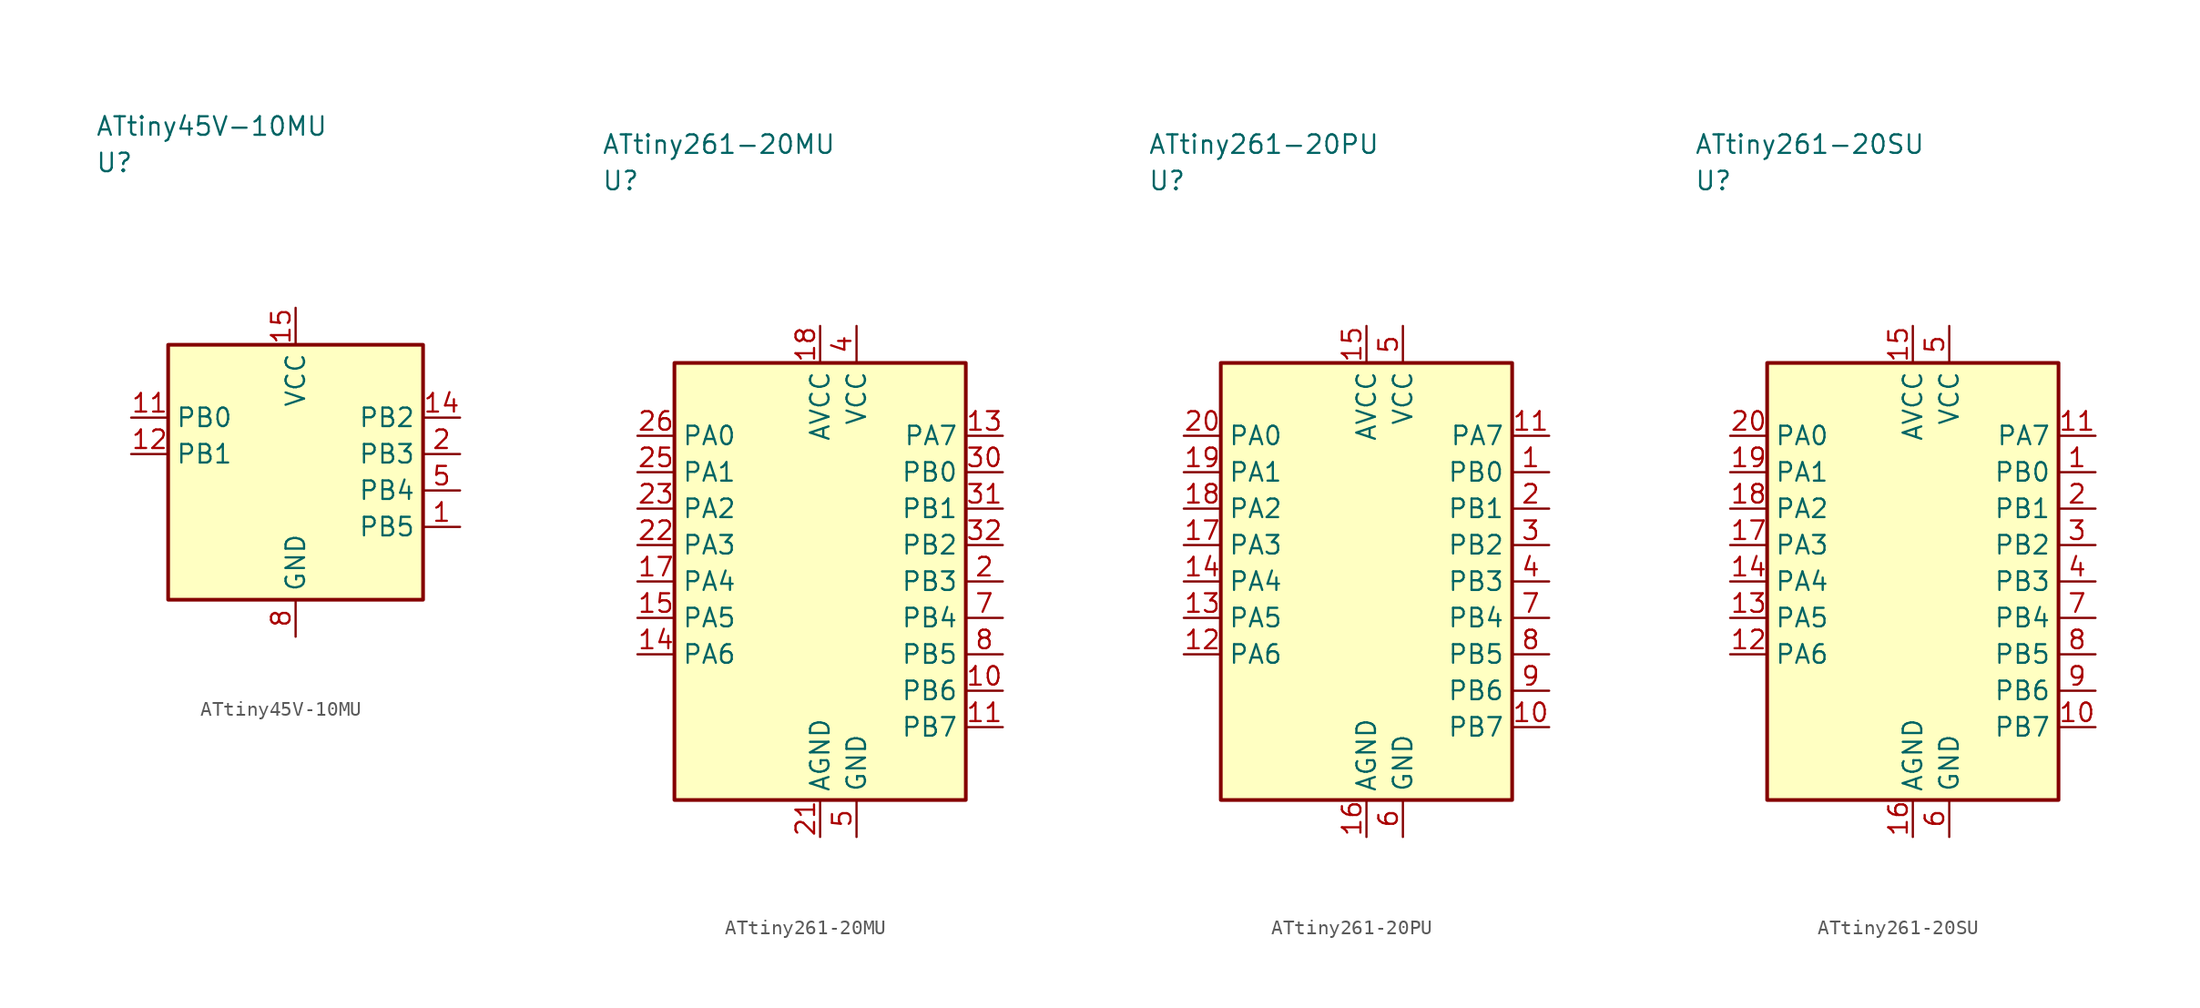
<source format=kicad_sym>
(kicad_symbol_lib
  (version 20241025)
  (generator "kicad_symbol_editor")
  (generator_version "8.0")
  (symbol "ATtiny45V-10MU"
    (property "Reference" "U"
      (at -13.75 21.25 0)
      (effects (font (size 1.27 1.27)) (justify left)))
    (property "Value" "ATtiny45V-10MU"
      (at -13.75 23.75 0)
      (effects (font (size 1.27 1.27)) (justify left)))
    (symbol "ATtiny45V-10MU_0_1"
      (rectangle (start -8.75 8.75) (end 8.75 -8.75) (stroke (width 0.254) (type default)) (fill (type background))))
    (symbol "ATtiny45V-10MU_1_1"
      (pin bidirectional line (at 11.29 -3.75 180.0) (length 2.54) (name "PB5" (effects (font (size 1.27 1.27)))) (number "1" (effects (font (size 1.27 1.27)))))
      (pin bidirectional line (at 11.29 1.25 180.0) (length 2.54) (name "PB3" (effects (font (size 1.27 1.27)))) (number "2" (effects (font (size 1.27 1.27)))))
      (pin bidirectional line (at 11.29 -1.25 180.0) (length 2.54) (name "PB4" (effects (font (size 1.27 1.27)))) (number "5" (effects (font (size 1.27 1.27)))))
      (pin passive line (at 0.0 -11.29 90.0) (length 2.54) (name "GND" (effects (font (size 1.27 1.27)))) (number "8" (effects (font (size 1.27 1.27)))))
      (pin bidirectional line (at -11.29 3.75 0.0) (length 2.54) (name "PB0" (effects (font (size 1.27 1.27)))) (number "11" (effects (font (size 1.27 1.27)))))
      (pin bidirectional line (at -11.29 1.25 0.0) (length 2.54) (name "PB1" (effects (font (size 1.27 1.27)))) (number "12" (effects (font (size 1.27 1.27)))))
      (pin bidirectional line (at 11.29 3.75 180.0) (length 2.54) (name "PB2" (effects (font (size 1.27 1.27)))) (number "14" (effects (font (size 1.27 1.27)))))
      (pin power_in line (at 0.0 11.29 270.0) (length 2.54) (name "VCC" (effects (font (size 1.27 1.27)))) (number "15" (effects (font (size 1.27 1.27)))))))
  (symbol "ATtiny261-20MU"
    (property "Reference" "U"
      (at -15.0 27.5 0)
      (effects (font (size 1.27 1.27)) (justify left)))
    (property "Value" "ATtiny261-20MU"
      (at -15.0 30.0 0)
      (effects (font (size 1.27 1.27)) (justify left)))
    (symbol "ATtiny261-20MU_0_1"
      (rectangle (start -10.0 15.0) (end 10.0 -15.0) (stroke (width 0.254) (type default)) (fill (type background))))
    (symbol "ATtiny261-20MU_1_1"
      (pin bidirectional line (at 12.54 0.0 180.0) (length 2.54) (name "PB3" (effects (font (size 1.27 1.27)))) (number "2" (effects (font (size 1.27 1.27)))))
      (pin power_in line (at 2.5 17.54 270.0) (length 2.54) (name "VCC" (effects (font (size 1.27 1.27)))) (number "4" (effects (font (size 1.27 1.27)))))
      (pin passive line (at 2.5 -17.54 90.0) (length 2.54) (name "GND" (effects (font (size 1.27 1.27)))) (number "5" (effects (font (size 1.27 1.27)))))
      (pin bidirectional line (at 12.54 -2.5 180.0) (length 2.54) (name "PB4" (effects (font (size 1.27 1.27)))) (number "7" (effects (font (size 1.27 1.27)))))
      (pin bidirectional line (at 12.54 -5.0 180.0) (length 2.54) (name "PB5" (effects (font (size 1.27 1.27)))) (number "8" (effects (font (size 1.27 1.27)))))
      (pin bidirectional line (at 12.54 -7.5 180.0) (length 2.54) (name "PB6" (effects (font (size 1.27 1.27)))) (number "10" (effects (font (size 1.27 1.27)))))
      (pin bidirectional line (at 12.54 -10.0 180.0) (length 2.54) (name "PB7" (effects (font (size 1.27 1.27)))) (number "11" (effects (font (size 1.27 1.27)))))
      (pin bidirectional line (at 12.54 10.0 180.0) (length 2.54) (name "PA7" (effects (font (size 1.27 1.27)))) (number "13" (effects (font (size 1.27 1.27)))))
      (pin bidirectional line (at -12.54 -5.0 0.0) (length 2.54) (name "PA6" (effects (font (size 1.27 1.27)))) (number "14" (effects (font (size 1.27 1.27)))))
      (pin bidirectional line (at -12.54 -2.5 0.0) (length 2.54) (name "PA5" (effects (font (size 1.27 1.27)))) (number "15" (effects (font (size 1.27 1.27)))))
      (pin bidirectional line (at -12.54 0.0 0.0) (length 2.54) (name "PA4" (effects (font (size 1.27 1.27)))) (number "17" (effects (font (size 1.27 1.27)))))
      (pin power_in line (at 0.0 17.54 270.0) (length 2.54) (name "AVCC" (effects (font (size 1.27 1.27)))) (number "18" (effects (font (size 1.27 1.27)))))
      (pin passive line (at 0.0 -17.54 90.0) (length 2.54) (name "AGND" (effects (font (size 1.27 1.27)))) (number "21" (effects (font (size 1.27 1.27)))))
      (pin bidirectional line (at -12.54 2.5 0.0) (length 2.54) (name "PA3" (effects (font (size 1.27 1.27)))) (number "22" (effects (font (size 1.27 1.27)))))
      (pin bidirectional line (at -12.54 5.0 0.0) (length 2.54) (name "PA2" (effects (font (size 1.27 1.27)))) (number "23" (effects (font (size 1.27 1.27)))))
      (pin bidirectional line (at -12.54 7.5 0.0) (length 2.54) (name "PA1" (effects (font (size 1.27 1.27)))) (number "25" (effects (font (size 1.27 1.27)))))
      (pin bidirectional line (at -12.54 10.0 0.0) (length 2.54) (name "PA0" (effects (font (size 1.27 1.27)))) (number "26" (effects (font (size 1.27 1.27)))))
      (pin bidirectional line (at 12.54 7.5 180.0) (length 2.54) (name "PB0" (effects (font (size 1.27 1.27)))) (number "30" (effects (font (size 1.27 1.27)))))
      (pin bidirectional line (at 12.54 5.0 180.0) (length 2.54) (name "PB1" (effects (font (size 1.27 1.27)))) (number "31" (effects (font (size 1.27 1.27)))))
      (pin bidirectional line (at 12.54 2.5 180.0) (length 2.54) (name "PB2" (effects (font (size 1.27 1.27)))) (number "32" (effects (font (size 1.27 1.27)))))))
  (symbol "ATtiny261-20PU"
    (property "Reference" "U"
      (at -15.0 27.5 0)
      (effects (font (size 1.27 1.27)) (justify left)))
    (property "Value" "ATtiny261-20PU"
      (at -15.0 30.0 0)
      (effects (font (size 1.27 1.27)) (justify left)))
    (symbol "ATtiny261-20PU_0_1"
      (rectangle (start -10.0 15.0) (end 10.0 -15.0) (stroke (width 0.254) (type default)) (fill (type background))))
    (symbol "ATtiny261-20PU_1_1"
      (pin bidirectional line (at 12.54 7.5 180.0) (length 2.54) (name "PB0" (effects (font (size 1.27 1.27)))) (number "1" (effects (font (size 1.27 1.27)))))
      (pin bidirectional line (at 12.54 5.0 180.0) (length 2.54) (name "PB1" (effects (font (size 1.27 1.27)))) (number "2" (effects (font (size 1.27 1.27)))))
      (pin bidirectional line (at 12.54 2.5 180.0) (length 2.54) (name "PB2" (effects (font (size 1.27 1.27)))) (number "3" (effects (font (size 1.27 1.27)))))
      (pin bidirectional line (at 12.54 0.0 180.0) (length 2.54) (name "PB3" (effects (font (size 1.27 1.27)))) (number "4" (effects (font (size 1.27 1.27)))))
      (pin power_in line (at 2.5 17.54 270.0) (length 2.54) (name "VCC" (effects (font (size 1.27 1.27)))) (number "5" (effects (font (size 1.27 1.27)))))
      (pin passive line (at 2.5 -17.54 90.0) (length 2.54) (name "GND" (effects (font (size 1.27 1.27)))) (number "6" (effects (font (size 1.27 1.27)))))
      (pin bidirectional line (at 12.54 -2.5 180.0) (length 2.54) (name "PB4" (effects (font (size 1.27 1.27)))) (number "7" (effects (font (size 1.27 1.27)))))
      (pin bidirectional line (at 12.54 -5.0 180.0) (length 2.54) (name "PB5" (effects (font (size 1.27 1.27)))) (number "8" (effects (font (size 1.27 1.27)))))
      (pin bidirectional line (at 12.54 -7.5 180.0) (length 2.54) (name "PB6" (effects (font (size 1.27 1.27)))) (number "9" (effects (font (size 1.27 1.27)))))
      (pin bidirectional line (at 12.54 -10.0 180.0) (length 2.54) (name "PB7" (effects (font (size 1.27 1.27)))) (number "10" (effects (font (size 1.27 1.27)))))
      (pin bidirectional line (at 12.54 10.0 180.0) (length 2.54) (name "PA7" (effects (font (size 1.27 1.27)))) (number "11" (effects (font (size 1.27 1.27)))))
      (pin bidirectional line (at -12.54 -5.0 0.0) (length 2.54) (name "PA6" (effects (font (size 1.27 1.27)))) (number "12" (effects (font (size 1.27 1.27)))))
      (pin bidirectional line (at -12.54 -2.5 0.0) (length 2.54) (name "PA5" (effects (font (size 1.27 1.27)))) (number "13" (effects (font (size 1.27 1.27)))))
      (pin bidirectional line (at -12.54 0.0 0.0) (length 2.54) (name "PA4" (effects (font (size 1.27 1.27)))) (number "14" (effects (font (size 1.27 1.27)))))
      (pin power_in line (at 0.0 17.54 270.0) (length 2.54) (name "AVCC" (effects (font (size 1.27 1.27)))) (number "15" (effects (font (size 1.27 1.27)))))
      (pin passive line (at 0.0 -17.54 90.0) (length 2.54) (name "AGND" (effects (font (size 1.27 1.27)))) (number "16" (effects (font (size 1.27 1.27)))))
      (pin bidirectional line (at -12.54 2.5 0.0) (length 2.54) (name "PA3" (effects (font (size 1.27 1.27)))) (number "17" (effects (font (size 1.27 1.27)))))
      (pin bidirectional line (at -12.54 5.0 0.0) (length 2.54) (name "PA2" (effects (font (size 1.27 1.27)))) (number "18" (effects (font (size 1.27 1.27)))))
      (pin bidirectional line (at -12.54 7.5 0.0) (length 2.54) (name "PA1" (effects (font (size 1.27 1.27)))) (number "19" (effects (font (size 1.27 1.27)))))
      (pin bidirectional line (at -12.54 10.0 0.0) (length 2.54) (name "PA0" (effects (font (size 1.27 1.27)))) (number "20" (effects (font (size 1.27 1.27)))))))
  (symbol "ATtiny261-20SU"
    (property "Reference" "U"
      (at -15.0 27.5 0)
      (effects (font (size 1.27 1.27)) (justify left)))
    (property "Value" "ATtiny261-20SU"
      (at -15.0 30.0 0)
      (effects (font (size 1.27 1.27)) (justify left)))
    (symbol "ATtiny261-20SU_0_1"
      (rectangle (start -10.0 15.0) (end 10.0 -15.0) (stroke (width 0.254) (type default)) (fill (type background))))
    (symbol "ATtiny261-20SU_1_1"
      (pin bidirectional line (at 12.54 7.5 180.0) (length 2.54) (name "PB0" (effects (font (size 1.27 1.27)))) (number "1" (effects (font (size 1.27 1.27)))))
      (pin bidirectional line (at 12.54 5.0 180.0) (length 2.54) (name "PB1" (effects (font (size 1.27 1.27)))) (number "2" (effects (font (size 1.27 1.27)))))
      (pin bidirectional line (at 12.54 2.5 180.0) (length 2.54) (name "PB2" (effects (font (size 1.27 1.27)))) (number "3" (effects (font (size 1.27 1.27)))))
      (pin bidirectional line (at 12.54 0.0 180.0) (length 2.54) (name "PB3" (effects (font (size 1.27 1.27)))) (number "4" (effects (font (size 1.27 1.27)))))
      (pin power_in line (at 2.5 17.54 270.0) (length 2.54) (name "VCC" (effects (font (size 1.27 1.27)))) (number "5" (effects (font (size 1.27 1.27)))))
      (pin passive line (at 2.5 -17.54 90.0) (length 2.54) (name "GND" (effects (font (size 1.27 1.27)))) (number "6" (effects (font (size 1.27 1.27)))))
      (pin bidirectional line (at 12.54 -2.5 180.0) (length 2.54) (name "PB4" (effects (font (size 1.27 1.27)))) (number "7" (effects (font (size 1.27 1.27)))))
      (pin bidirectional line (at 12.54 -5.0 180.0) (length 2.54) (name "PB5" (effects (font (size 1.27 1.27)))) (number "8" (effects (font (size 1.27 1.27)))))
      (pin bidirectional line (at 12.54 -7.5 180.0) (length 2.54) (name "PB6" (effects (font (size 1.27 1.27)))) (number "9" (effects (font (size 1.27 1.27)))))
      (pin bidirectional line (at 12.54 -10.0 180.0) (length 2.54) (name "PB7" (effects (font (size 1.27 1.27)))) (number "10" (effects (font (size 1.27 1.27)))))
      (pin bidirectional line (at 12.54 10.0 180.0) (length 2.54) (name "PA7" (effects (font (size 1.27 1.27)))) (number "11" (effects (font (size 1.27 1.27)))))
      (pin bidirectional line (at -12.54 -5.0 0.0) (length 2.54) (name "PA6" (effects (font (size 1.27 1.27)))) (number "12" (effects (font (size 1.27 1.27)))))
      (pin bidirectional line (at -12.54 -2.5 0.0) (length 2.54) (name "PA5" (effects (font (size 1.27 1.27)))) (number "13" (effects (font (size 1.27 1.27)))))
      (pin bidirectional line (at -12.54 0.0 0.0) (length 2.54) (name "PA4" (effects (font (size 1.27 1.27)))) (number "14" (effects (font (size 1.27 1.27)))))
      (pin power_in line (at 0.0 17.54 270.0) (length 2.54) (name "AVCC" (effects (font (size 1.27 1.27)))) (number "15" (effects (font (size 1.27 1.27)))))
      (pin passive line (at 0.0 -17.54 90.0) (length 2.54) (name "AGND" (effects (font (size 1.27 1.27)))) (number "16" (effects (font (size 1.27 1.27)))))
      (pin bidirectional line (at -12.54 2.5 0.0) (length 2.54) (name "PA3" (effects (font (size 1.27 1.27)))) (number "17" (effects (font (size 1.27 1.27)))))
      (pin bidirectional line (at -12.54 5.0 0.0) (length 2.54) (name "PA2" (effects (font (size 1.27 1.27)))) (number "18" (effects (font (size 1.27 1.27)))))
      (pin bidirectional line (at -12.54 7.5 0.0) (length 2.54) (name "PA1" (effects (font (size 1.27 1.27)))) (number "19" (effects (font (size 1.27 1.27)))))
      (pin bidirectional line (at -12.54 10.0 0.0) (length 2.54) (name "PA0" (effects (font (size 1.27 1.27)))) (number "20" (effects (font (size 1.27 1.27))))))))
</source>
